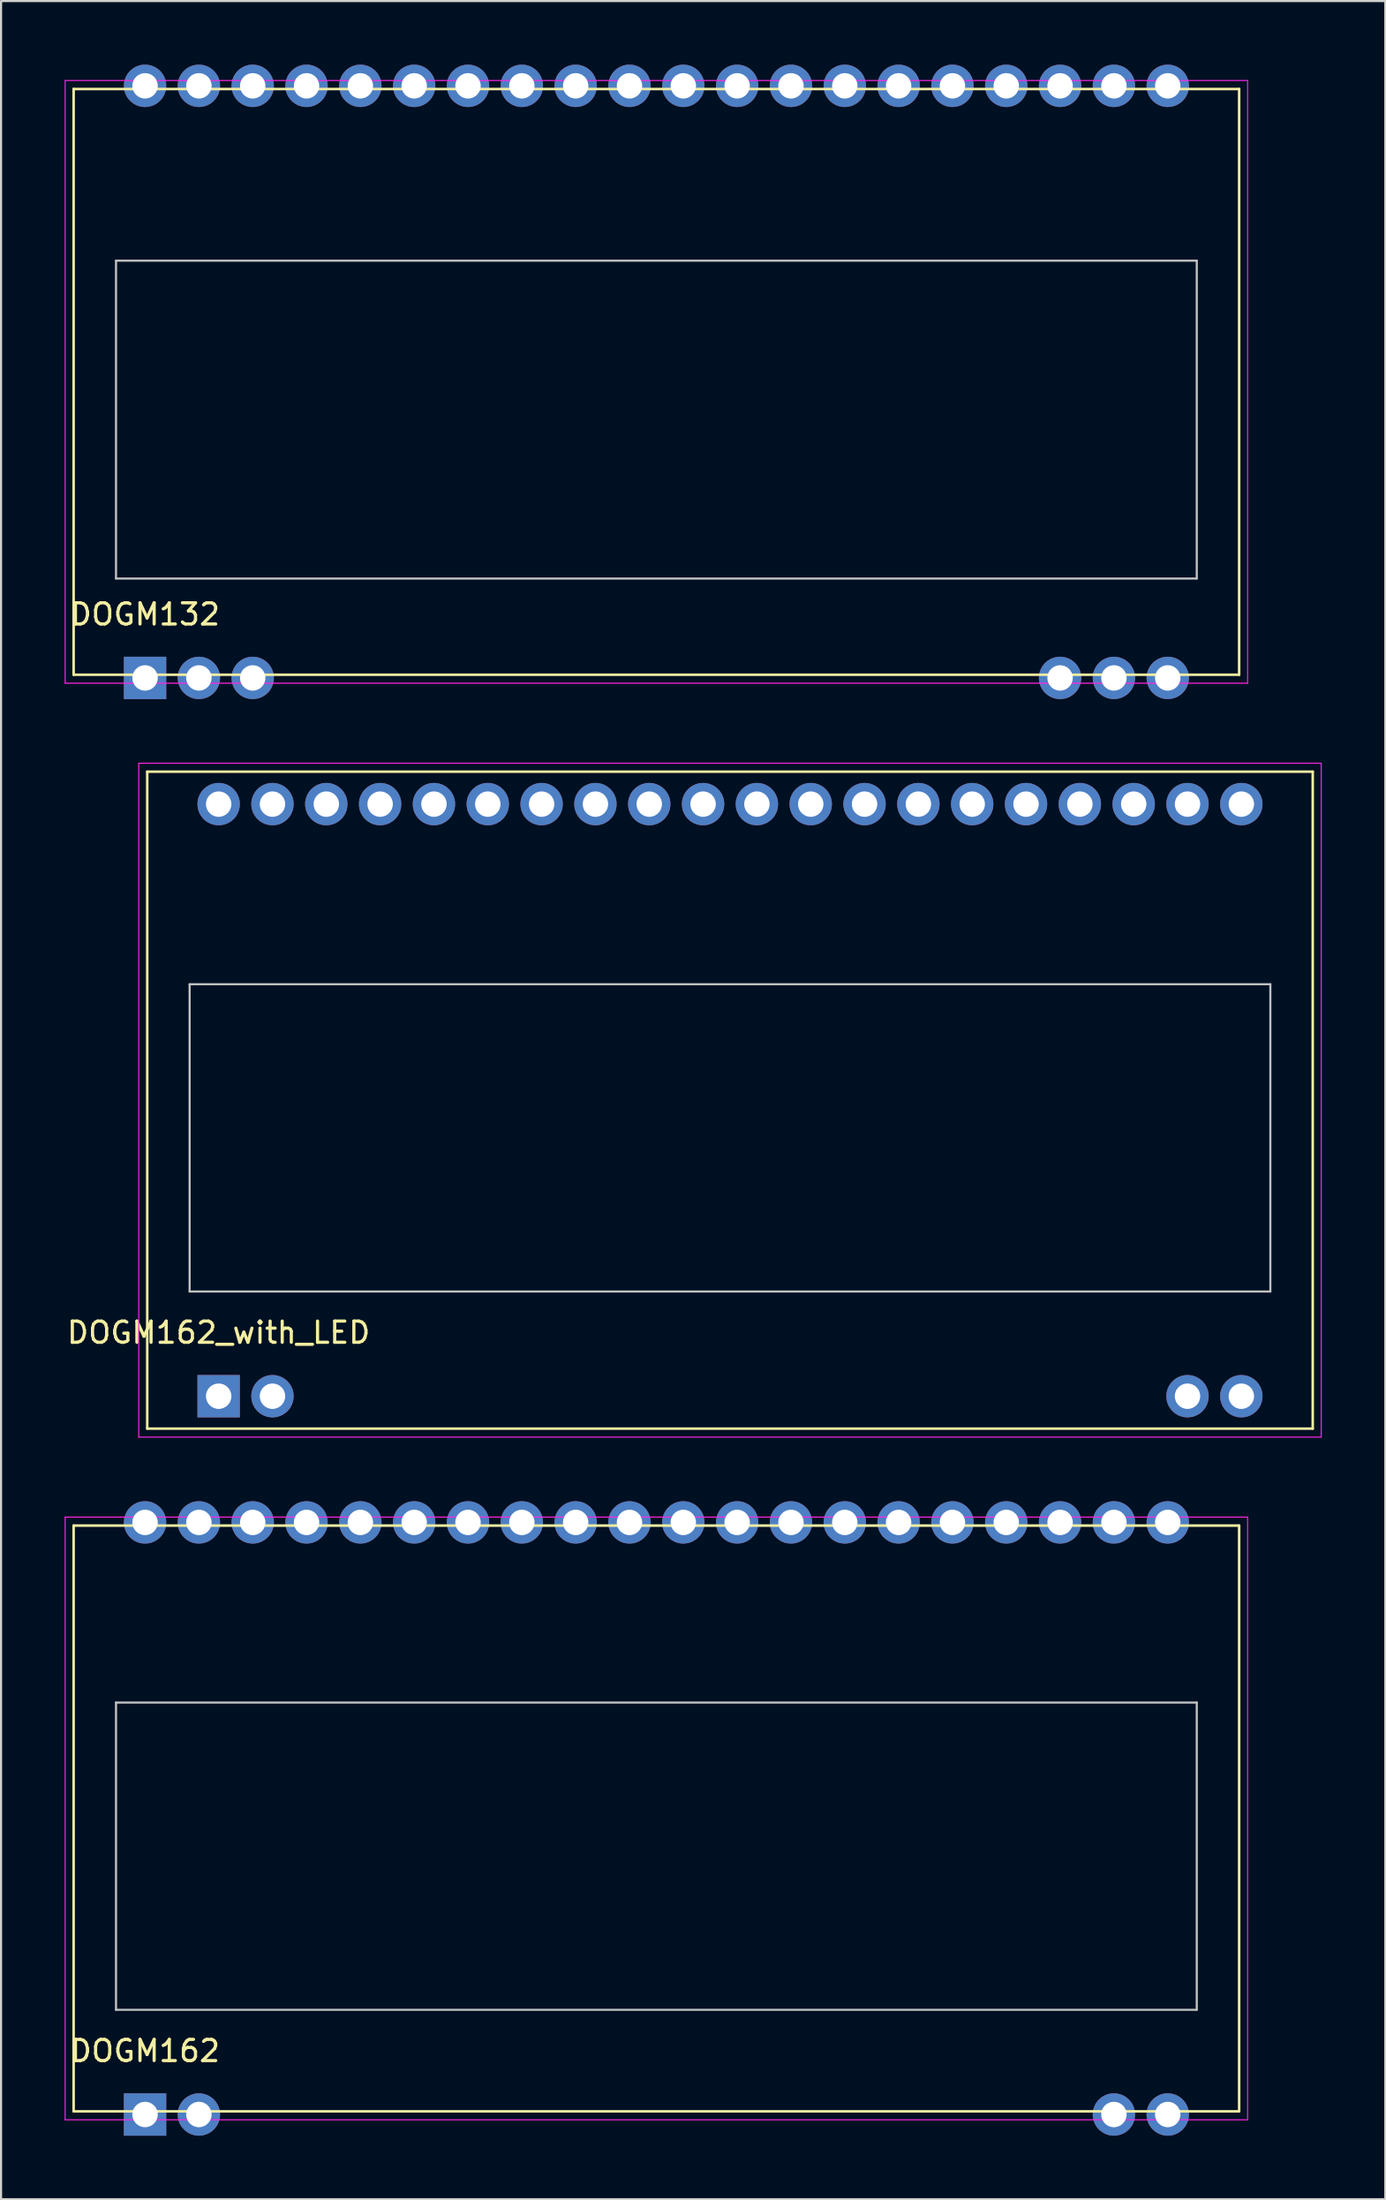
<source format=kicad_pcb>
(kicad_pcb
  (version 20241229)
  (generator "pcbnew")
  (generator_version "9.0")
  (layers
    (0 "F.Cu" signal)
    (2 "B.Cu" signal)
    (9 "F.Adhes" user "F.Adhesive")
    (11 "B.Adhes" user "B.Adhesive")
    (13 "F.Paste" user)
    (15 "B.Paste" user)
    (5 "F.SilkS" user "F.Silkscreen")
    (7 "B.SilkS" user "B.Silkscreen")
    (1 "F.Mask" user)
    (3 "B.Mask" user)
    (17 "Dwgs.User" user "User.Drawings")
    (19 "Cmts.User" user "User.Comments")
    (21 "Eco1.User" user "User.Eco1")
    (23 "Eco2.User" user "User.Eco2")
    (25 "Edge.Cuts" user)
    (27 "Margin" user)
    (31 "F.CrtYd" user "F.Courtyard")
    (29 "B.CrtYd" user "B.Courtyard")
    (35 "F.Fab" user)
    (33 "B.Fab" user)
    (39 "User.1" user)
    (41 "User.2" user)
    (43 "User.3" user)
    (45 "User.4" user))
  (footprint "DOGM162_with_LED"
    (layer "F.Cu")
    (at 7.268 62.835)
    (property "Reference" "DOGM162_with_LED" (at 0 -3 0) (layer "F.SilkS") (effects (font (size 1 1) (thickness 0.15))))
    (attr through_hole)
    (fp_line (start -3.37 -29.47) (end -3.37 1.53) (stroke (width 0.12) (type solid)) (layer "F.SilkS"))
    (fp_line (start -3.37 1.53) (end 51.63 1.53) (stroke (width 0.12) (type solid)) (layer "F.SilkS"))
    (fp_line (start 51.63 -29.47) (end -3.37 -29.47) (stroke (width 0.12) (type solid)) (layer "F.SilkS"))
    (fp_line (start 51.63 1.53) (end 51.63 -29.47) (stroke (width 0.12) (type solid)) (layer "F.SilkS"))
    (fp_line (start -1.37 -19.44) (end -1.37 -4.94) (stroke (width 0.1) (type solid)) (layer "Dwgs.User"))
    (fp_line (start -1.37 -4.94) (end 49.63 -4.94) (stroke (width 0.1) (type solid)) (layer "Dwgs.User"))
    (fp_line (start 49.63 -19.44) (end -1.37 -19.44) (stroke (width 0.1) (type solid)) (layer "Dwgs.User"))
    (fp_line (start 49.63 -4.94) (end 49.63 -19.44) (stroke (width 0.1) (type solid)) (layer "Dwgs.User"))
    (fp_line (start -3.77 -29.87) (end -3.77 1.93) (stroke (width 0.05) (type solid)) (layer "F.CrtYd"))
    (fp_line (start -3.77 1.93) (end 52.03 1.93) (stroke (width 0.05) (type solid)) (layer "F.CrtYd"))
    (fp_line (start 52.03 -29.87) (end -3.77 -29.87) (stroke (width 0.05) (type solid)) (layer "F.CrtYd"))
    (fp_line (start 52.03 1.93) (end 52.03 -29.87) (stroke (width 0.05) (type solid)) (layer "F.CrtYd"))
    (pad "1" thru_hole rect (at 0 0) (size 2 2) (drill 1.2) (layers "*.Cu" "*.Mask"))
    (pad "2" thru_hole circle (at 2.54 0) (size 2 2) (drill 1.2) (layers "*.Cu" "*.Mask"))
    (pad "19" thru_hole circle (at 45.72 0) (size 2 2) (drill 1.2) (layers "*.Cu" "*.Mask"))
    (pad "20" thru_hole circle (at 48.26 0) (size 2 2) (drill 1.2) (layers "*.Cu" "*.Mask"))
    (pad "21" thru_hole circle (at 48.26 -27.94) (size 2 2) (drill 1.2) (layers "*.Cu" "*.Mask"))
    (pad "22" thru_hole circle (at 45.72 -27.94) (size 2 2) (drill 1.2) (layers "*.Cu" "*.Mask"))
    (pad "23" thru_hole circle (at 43.18 -27.94) (size 2 2) (drill 1.2) (layers "*.Cu" "*.Mask"))
    (pad "24" thru_hole circle (at 40.64 -27.94) (size 2 2) (drill 1.2) (layers "*.Cu" "*.Mask"))
    (pad "25" thru_hole circle (at 38.1 -27.94) (size 2 2) (drill 1.2) (layers "*.Cu" "*.Mask"))
    (pad "26" thru_hole circle (at 35.56 -27.94) (size 2 2) (drill 1.2) (layers "*.Cu" "*.Mask"))
    (pad "27" thru_hole circle (at 33.02 -27.94) (size 2 2) (drill 1.2) (layers "*.Cu" "*.Mask"))
    (pad "28" thru_hole circle (at 30.48 -27.94) (size 2 2) (drill 1.2) (layers "*.Cu" "*.Mask"))
    (pad "29" thru_hole circle (at 27.94 -27.94) (size 2 2) (drill 1.2) (layers "*.Cu" "*.Mask"))
    (pad "30" thru_hole circle (at 25.4 -27.94) (size 2 2) (drill 1.2) (layers "*.Cu" "*.Mask"))
    (pad "31" thru_hole circle (at 22.86 -27.94) (size 2 2) (drill 1.2) (layers "*.Cu" "*.Mask"))
    (pad "32" thru_hole circle (at 20.32 -27.94) (size 2 2) (drill 1.2) (layers "*.Cu" "*.Mask"))
    (pad "33" thru_hole circle (at 17.78 -27.94) (size 2 2) (drill 1.2) (layers "*.Cu" "*.Mask"))
    (pad "34" thru_hole circle (at 15.24 -27.94) (size 2 2) (drill 1.2) (layers "*.Cu" "*.Mask"))
    (pad "35" thru_hole circle (at 12.7 -27.94) (size 2 2) (drill 1.2) (layers "*.Cu" "*.Mask"))
    (pad "36" thru_hole circle (at 10.16 -27.94) (size 2 2) (drill 1.2) (layers "*.Cu" "*.Mask"))
    (pad "37" thru_hole circle (at 7.62 -27.94) (size 2 2) (drill 1.2) (layers "*.Cu" "*.Mask"))
    (pad "38" thru_hole circle (at 5.08 -27.94) (size 2 2) (drill 1.2) (layers "*.Cu" "*.Mask"))
    (pad "39" thru_hole circle (at 2.54 -27.94) (size 2 2) (drill 1.2) (layers "*.Cu" "*.Mask"))
    (pad "40" thru_hole circle (at 0 -27.94) (size 2 2) (drill 1.2) (layers "*.Cu" "*.Mask")))
  (footprint "DOGM162"
    (layer "F.Cu")
    (at 3.795 96.73)
    (property "Reference" "DOGM162" (at 0 -3 0) (layer "F.SilkS") (effects (font (size 1 1) (thickness 0.15))))
    (attr through_hole)
    (fp_line (start -3.37 -27.79) (end -3.37 -0.15) (stroke (width 0.12) (type solid)) (layer "F.SilkS"))
    (fp_line (start -3.37 -0.15) (end 51.63 -0.15) (stroke (width 0.12) (type solid)) (layer "F.SilkS"))
    (fp_line (start 51.63 -27.79) (end -3.37 -27.79) (stroke (width 0.12) (type solid)) (layer "F.SilkS"))
    (fp_line (start 51.63 -0.15) (end 51.63 -27.79) (stroke (width 0.12) (type solid)) (layer "F.SilkS"))
    (fp_line (start -1.37 -19.44) (end -1.37 -4.94) (stroke (width 0.1) (type solid)) (layer "Dwgs.User"))
    (fp_line (start -1.37 -4.94) (end 49.63 -4.94) (stroke (width 0.1) (type solid)) (layer "Dwgs.User"))
    (fp_line (start 49.63 -19.44) (end -1.37 -19.44) (stroke (width 0.1) (type solid)) (layer "Dwgs.User"))
    (fp_line (start 49.63 -4.94) (end 49.63 -19.44) (stroke (width 0.1) (type solid)) (layer "Dwgs.User"))
    (fp_line (start -3.77 -28.19) (end -3.77 0.25) (stroke (width 0.05) (type solid)) (layer "F.CrtYd"))
    (fp_line (start -3.77 0.25) (end 52.03 0.25) (stroke (width 0.05) (type solid)) (layer "F.CrtYd"))
    (fp_line (start 52.03 -28.19) (end -3.77 -28.19) (stroke (width 0.05) (type solid)) (layer "F.CrtYd"))
    (fp_line (start 52.03 0.25) (end 52.03 -28.19) (stroke (width 0.05) (type solid)) (layer "F.CrtYd"))
    (pad "1" thru_hole rect (at 0 0) (size 2 2) (drill 1.2) (layers "*.Cu" "*.Mask"))
    (pad "2" thru_hole circle (at 2.54 0) (size 2 2) (drill 1.2) (layers "*.Cu" "*.Mask"))
    (pad "19" thru_hole circle (at 45.72 0) (size 2 2) (drill 1.2) (layers "*.Cu" "*.Mask"))
    (pad "20" thru_hole circle (at 48.26 0) (size 2 2) (drill 1.2) (layers "*.Cu" "*.Mask"))
    (pad "21" thru_hole circle (at 48.26 -27.94) (size 2 2) (drill 1.2) (layers "*.Cu" "*.Mask"))
    (pad "22" thru_hole circle (at 45.72 -27.94) (size 2 2) (drill 1.2) (layers "*.Cu" "*.Mask"))
    (pad "23" thru_hole circle (at 43.18 -27.94) (size 2 2) (drill 1.2) (layers "*.Cu" "*.Mask"))
    (pad "24" thru_hole circle (at 40.64 -27.94) (size 2 2) (drill 1.2) (layers "*.Cu" "*.Mask"))
    (pad "25" thru_hole circle (at 38.1 -27.94) (size 2 2) (drill 1.2) (layers "*.Cu" "*.Mask"))
    (pad "26" thru_hole circle (at 35.56 -27.94) (size 2 2) (drill 1.2) (layers "*.Cu" "*.Mask"))
    (pad "27" thru_hole circle (at 33.02 -27.94) (size 2 2) (drill 1.2) (layers "*.Cu" "*.Mask"))
    (pad "28" thru_hole circle (at 30.48 -27.94) (size 2 2) (drill 1.2) (layers "*.Cu" "*.Mask"))
    (pad "29" thru_hole circle (at 27.94 -27.94) (size 2 2) (drill 1.2) (layers "*.Cu" "*.Mask"))
    (pad "30" thru_hole circle (at 25.4 -27.94) (size 2 2) (drill 1.2) (layers "*.Cu" "*.Mask"))
    (pad "31" thru_hole circle (at 22.86 -27.94) (size 2 2) (drill 1.2) (layers "*.Cu" "*.Mask"))
    (pad "32" thru_hole circle (at 20.32 -27.94) (size 2 2) (drill 1.2) (layers "*.Cu" "*.Mask"))
    (pad "33" thru_hole circle (at 17.78 -27.94) (size 2 2) (drill 1.2) (layers "*.Cu" "*.Mask"))
    (pad "34" thru_hole circle (at 15.24 -27.94) (size 2 2) (drill 1.2) (layers "*.Cu" "*.Mask"))
    (pad "35" thru_hole circle (at 12.7 -27.94) (size 2 2) (drill 1.2) (layers "*.Cu" "*.Mask"))
    (pad "36" thru_hole circle (at 10.16 -27.94) (size 2 2) (drill 1.2) (layers "*.Cu" "*.Mask"))
    (pad "37" thru_hole circle (at 7.62 -27.94) (size 2 2) (drill 1.2) (layers "*.Cu" "*.Mask"))
    (pad "38" thru_hole circle (at 5.08 -27.94) (size 2 2) (drill 1.2) (layers "*.Cu" "*.Mask"))
    (pad "39" thru_hole circle (at 2.54 -27.94) (size 2 2) (drill 1.2) (layers "*.Cu" "*.Mask"))
    (pad "40" thru_hole circle (at 0 -27.94) (size 2 2) (drill 1.2) (layers "*.Cu" "*.Mask")))
  (footprint "DOGM132"
    (layer "F.Cu")
    (at 3.795 28.94)
    (property "Reference" "DOGM132" (at 0 -3 0) (layer "F.SilkS") (effects (font (size 1 1) (thickness 0.15))))
    (attr through_hole)
    (fp_line (start -3.37 -27.79) (end -3.37 -0.15) (stroke (width 0.12) (type solid)) (layer "F.SilkS"))
    (fp_line (start -3.37 -0.15) (end 51.63 -0.15) (stroke (width 0.12) (type solid)) (layer "F.SilkS"))
    (fp_line (start 51.63 -27.79) (end -3.37 -27.79) (stroke (width 0.12) (type solid)) (layer "F.SilkS"))
    (fp_line (start 51.63 -0.15) (end 51.63 -27.79) (stroke (width 0.12) (type solid)) (layer "F.SilkS"))
    (fp_line (start -1.37 -19.69) (end -1.37 -4.69) (stroke (width 0.1) (type solid)) (layer "Dwgs.User"))
    (fp_line (start -1.37 -4.69) (end 49.63 -4.69) (stroke (width 0.1) (type solid)) (layer "Dwgs.User"))
    (fp_line (start 49.63 -19.69) (end -1.37 -19.69) (stroke (width 0.1) (type solid)) (layer "Dwgs.User"))
    (fp_line (start 49.63 -4.69) (end 49.63 -19.69) (stroke (width 0.1) (type solid)) (layer "Dwgs.User"))
    (fp_line (start -3.77 -28.19) (end -3.77 0.25) (stroke (width 0.05) (type solid)) (layer "F.CrtYd"))
    (fp_line (start -3.77 0.25) (end 52.03 0.25) (stroke (width 0.05) (type solid)) (layer "F.CrtYd"))
    (fp_line (start 52.03 -28.19) (end -3.77 -28.19) (stroke (width 0.05) (type solid)) (layer "F.CrtYd"))
    (fp_line (start 52.03 0.25) (end 52.03 -28.19) (stroke (width 0.05) (type solid)) (layer "F.CrtYd"))
    (pad "1" thru_hole rect (at 0 0) (size 2 2) (drill 1.2) (layers "*.Cu" "*.Mask"))
    (pad "2" thru_hole circle (at 2.54 0) (size 2 2) (drill 1.2) (layers "*.Cu" "*.Mask"))
    (pad "3" thru_hole circle (at 5.08 0) (size 2 2) (drill 1.2) (layers "*.Cu" "*.Mask"))
    (pad "18" thru_hole circle (at 43.18 0) (size 2 2) (drill 1.2) (layers "*.Cu" "*.Mask"))
    (pad "19" thru_hole circle (at 45.72 0) (size 2 2) (drill 1.2) (layers "*.Cu" "*.Mask"))
    (pad "20" thru_hole circle (at 48.26 0) (size 2 2) (drill 1.2) (layers "*.Cu" "*.Mask"))
    (pad "21" thru_hole circle (at 48.26 -27.94) (size 2 2) (drill 1.2) (layers "*.Cu" "*.Mask"))
    (pad "22" thru_hole circle (at 45.72 -27.94) (size 2 2) (drill 1.2) (layers "*.Cu" "*.Mask"))
    (pad "23" thru_hole circle (at 43.18 -27.94) (size 2 2) (drill 1.2) (layers "*.Cu" "*.Mask"))
    (pad "24" thru_hole circle (at 40.64 -27.94) (size 2 2) (drill 1.2) (layers "*.Cu" "*.Mask"))
    (pad "25" thru_hole circle (at 38.1 -27.94) (size 2 2) (drill 1.2) (layers "*.Cu" "*.Mask"))
    (pad "26" thru_hole circle (at 35.56 -27.94) (size 2 2) (drill 1.2) (layers "*.Cu" "*.Mask"))
    (pad "27" thru_hole circle (at 33.02 -27.94) (size 2 2) (drill 1.2) (layers "*.Cu" "*.Mask"))
    (pad "28" thru_hole circle (at 30.48 -27.94) (size 2 2) (drill 1.2) (layers "*.Cu" "*.Mask"))
    (pad "29" thru_hole circle (at 27.94 -27.94) (size 2 2) (drill 1.2) (layers "*.Cu" "*.Mask"))
    (pad "30" thru_hole circle (at 25.4 -27.94) (size 2 2) (drill 1.2) (layers "*.Cu" "*.Mask"))
    (pad "31" thru_hole circle (at 22.86 -27.94) (size 2 2) (drill 1.2) (layers "*.Cu" "*.Mask"))
    (pad "32" thru_hole circle (at 20.32 -27.94) (size 2 2) (drill 1.2) (layers "*.Cu" "*.Mask"))
    (pad "33" thru_hole circle (at 17.78 -27.94) (size 2 2) (drill 1.2) (layers "*.Cu" "*.Mask"))
    (pad "34" thru_hole circle (at 15.24 -27.94) (size 2 2) (drill 1.2) (layers "*.Cu" "*.Mask"))
    (pad "35" thru_hole circle (at 12.7 -27.94) (size 2 2) (drill 1.2) (layers "*.Cu" "*.Mask"))
    (pad "36" thru_hole circle (at 10.16 -27.94) (size 2 2) (drill 1.2) (layers "*.Cu" "*.Mask"))
    (pad "37" thru_hole circle (at 7.62 -27.94) (size 2 2) (drill 1.2) (layers "*.Cu" "*.Mask"))
    (pad "38" thru_hole circle (at 5.08 -27.94) (size 2 2) (drill 1.2) (layers "*.Cu" "*.Mask"))
    (pad "39" thru_hole circle (at 2.54 -27.94) (size 2 2) (drill 1.2) (layers "*.Cu" "*.Mask"))
    (pad "40" thru_hole circle (at 0 -27.94) (size 2 2) (drill 1.2) (layers "*.Cu" "*.Mask")))
  (gr_rect
    (start -3 -3)
    (end 62.323 100.73)
    (stroke (width 0.1) (type default))
    (fill no)
    (layer "Edge.Cuts")))
</source>
